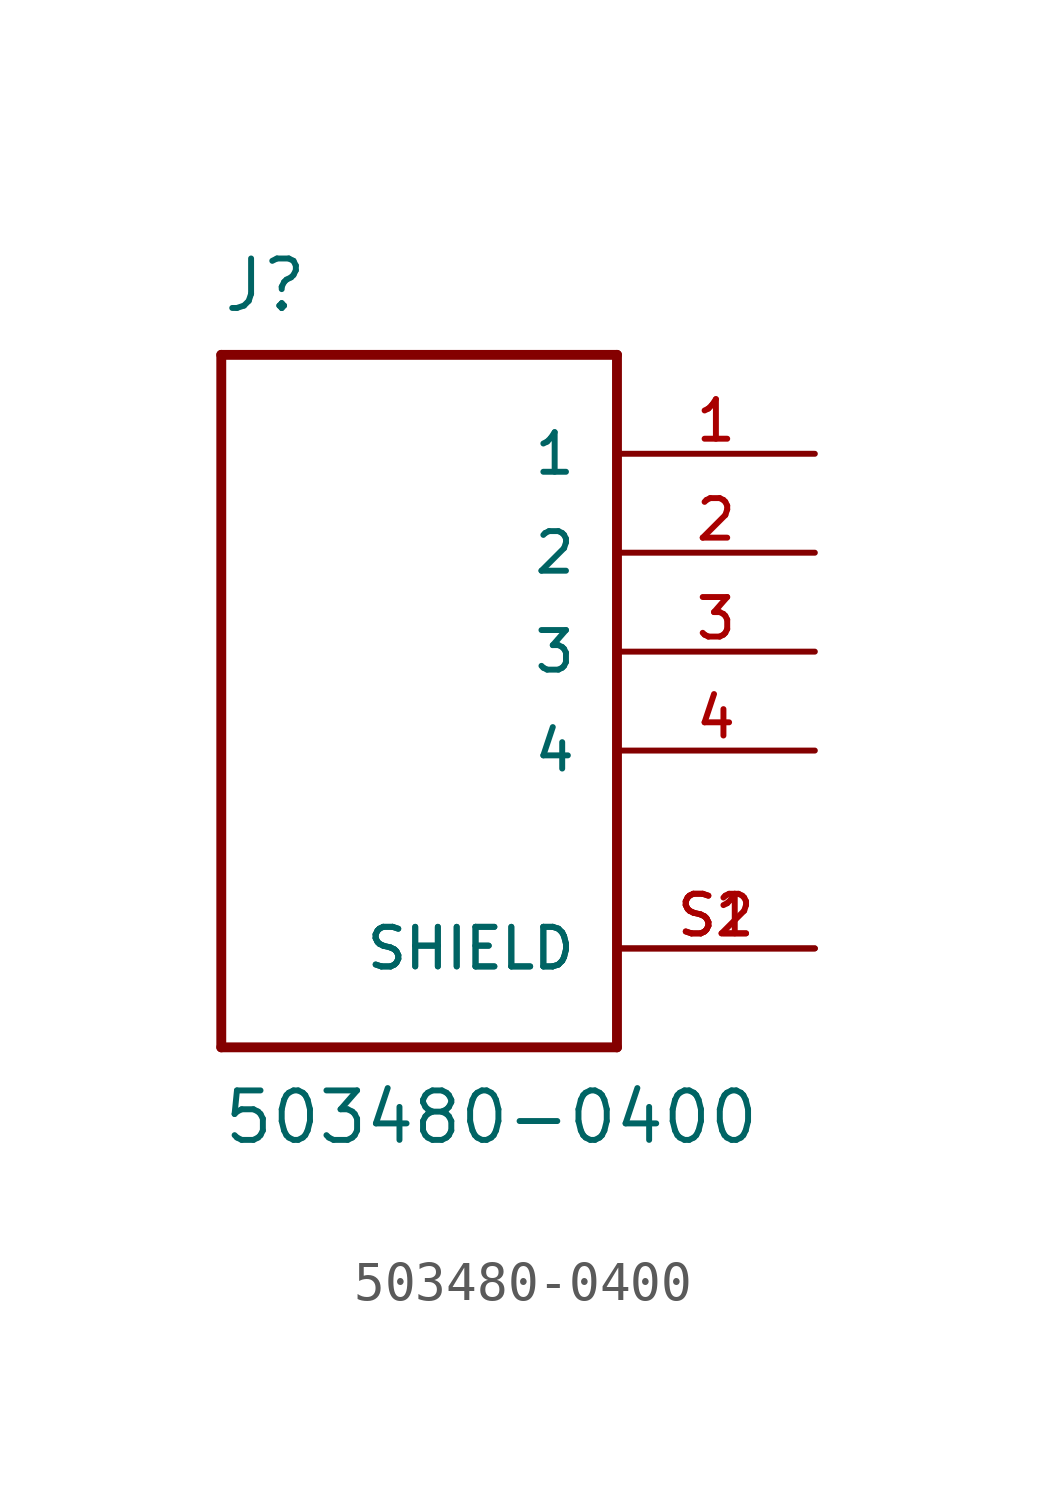
<source format=kicad_sym>
(kicad_symbol_lib
  (version 20220914)
  (generator kicad_symbol_editor)
  (symbol "503480-0400"
    (pin_names
      (offset 1.016))
    (property "Reference" "J"
      (at -5.08 8.661 0)
      (effects (font (size 1.27 1.27)) (justify left bottom)))
    (property "Value" "503480-0400"
      (at -5.08 -12.7 0)
      (effects (font (size 1.27 1.27)) (justify left bottom)))
    (property "ki_locked" ""
      (at 0 0 0)
      (effects (font (size 1.27 1.27))))
    (symbol "503480-0400_0_0"
      (polyline (pts (xy -5.08 -10.16) (xy 5.08 -10.16)) (stroke (width 0.254) (type solid)) (fill (type none)))
      (polyline (pts (xy -5.08 7.62) (xy -5.08 -10.16)) (stroke (width 0.254) (type solid)) (fill (type none)))
      (polyline (pts (xy 5.08 -10.16) (xy 5.08 7.62)) (stroke (width 0.254) (type solid)) (fill (type none)))
      (polyline (pts (xy 5.08 7.62) (xy -5.08 7.62)) (stroke (width 0.254) (type solid)) (fill (type none)))
      (pin passive line (at 10.16 5.08 180) (length 5.08) (name "1" (effects (font (size 1.016 1.016)))) (number "1" (effects (font (size 1.016 1.016)))))
      (pin passive line (at 10.16 2.54 180) (length 5.08) (name "2" (effects (font (size 1.016 1.016)))) (number "2" (effects (font (size 1.016 1.016)))))
      (pin passive line (at 10.16 0 180) (length 5.08) (name "3" (effects (font (size 1.016 1.016)))) (number "3" (effects (font (size 1.016 1.016)))))
      (pin passive line (at 10.16 -2.54 180) (length 5.08) (name "4" (effects (font (size 1.016 1.016)))) (number "4" (effects (font (size 1.016 1.016)))))
      (pin passive line (at 10.16 -7.62 180) (length 5.08) (name "SHIELD" (effects (font (size 1.016 1.016)))) (number "S1" (effects (font (size 1.016 1.016)))))
      (pin passive line (at 10.16 -7.62 180) (length 5.08) (name "SHIELD" (effects (font (size 1.016 1.016)))) (number "S2" (effects (font (size 1.016 1.016))))))))
</source>
